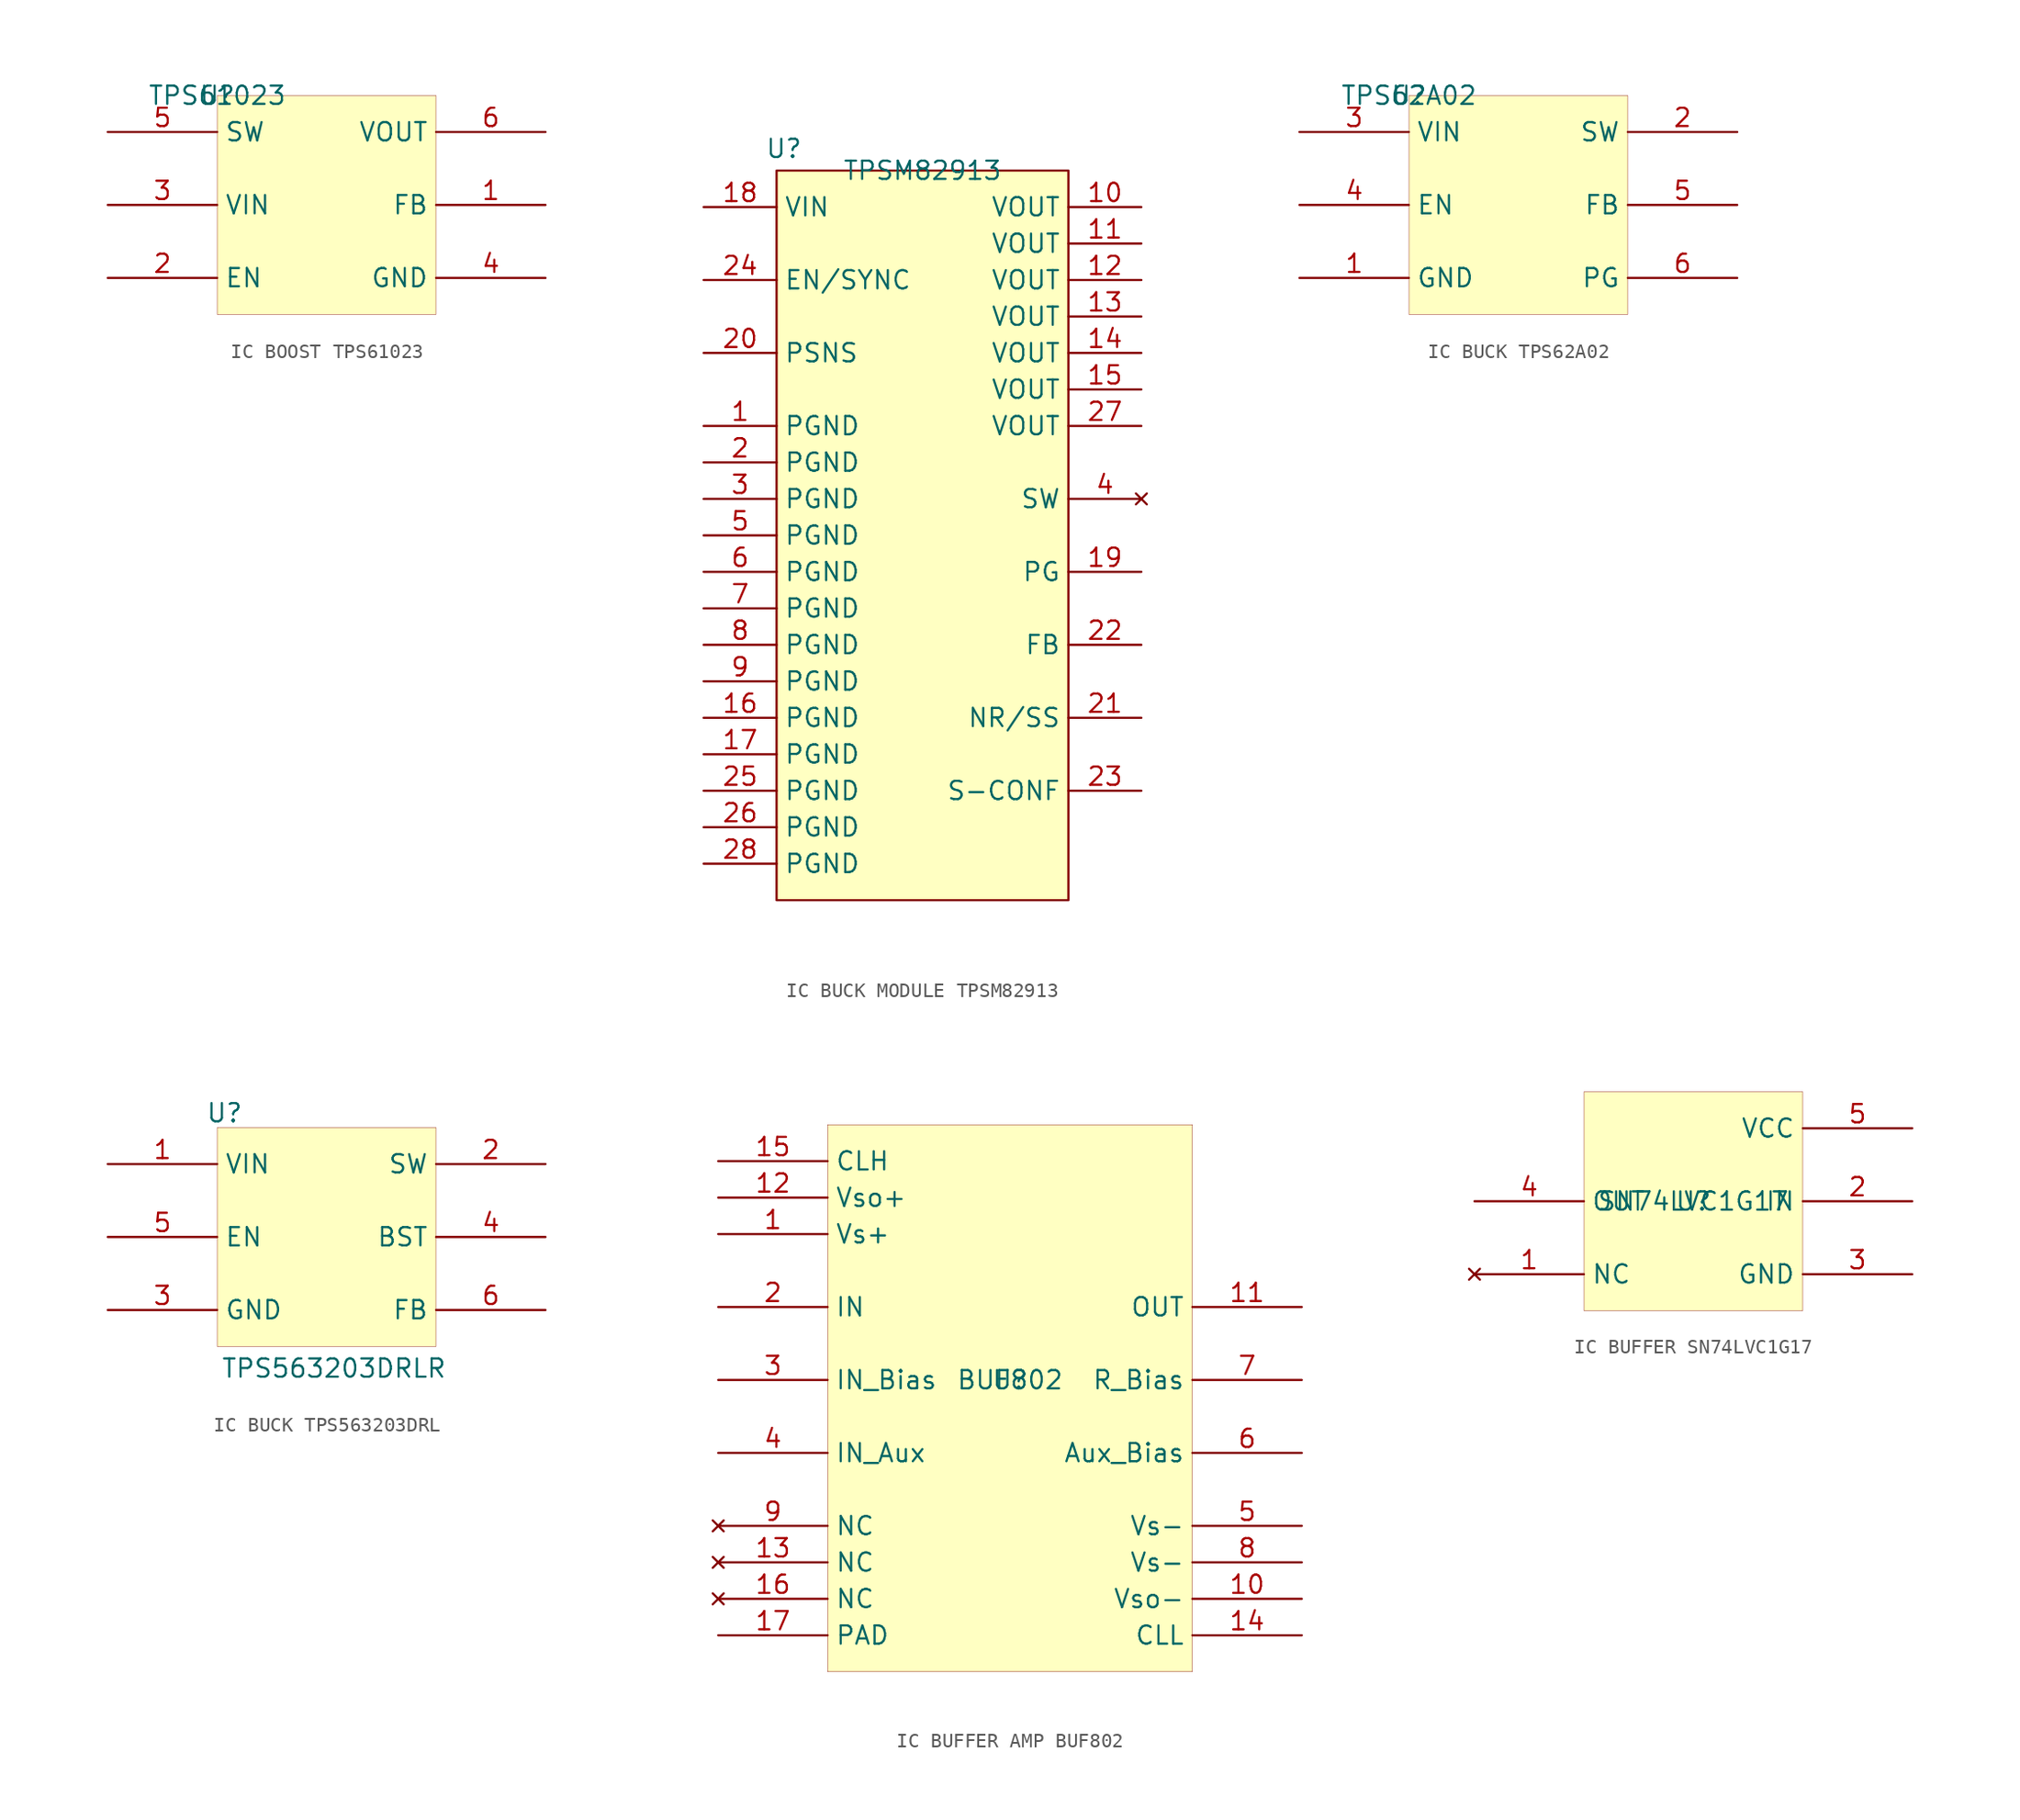
<source format=kicad_sym>
(kicad_symbol_lib
  (version 20241209)
  (generator "kicad_symbol_editor")
  (generator_version "9.0")
  (symbol "IC BOOST TPS61023"
    (property "Reference" "U"
      (at 0 0 0)
      (effects (font (size 1.27 1.27))))
    (property "Value" "TPS61023"
      (at 0 0 0)
      (effects (font (size 1.27 1.27))))
    (symbol "IC BOOST TPS61023_1_0"
      (rectangle (start 15.24 0) (end 0 -15.24) (stroke (width 0.025) (type solid) (color 128 0 0 1)) (fill (type background)))
      (pin power_in line (at -7.62 -2.54 0) (length 7.62) (name "SW" (effects (font (size 1.27 1.27)))) (number "5" (effects (font (size 1.27 1.27)))))
      (pin power_in line (at -7.62 -7.62 0) (length 7.62) (name "VIN" (effects (font (size 1.27 1.27)))) (number "3" (effects (font (size 1.27 1.27)))))
      (pin input line (at -7.62 -12.7 0) (length 7.62) (name "EN" (effects (font (size 1.27 1.27)))) (number "2" (effects (font (size 1.27 1.27)))))
      (pin power_out line (at 22.86 -2.54 180) (length 7.62) (name "VOUT" (effects (font (size 1.27 1.27)))) (number "6" (effects (font (size 1.27 1.27)))))
      (pin passive line (at 22.86 -7.62 180) (length 7.62) (name "FB" (effects (font (size 1.27 1.27)))) (number "1" (effects (font (size 1.27 1.27)))))
      (pin power_in line (at 22.86 -12.7 180) (length 7.62) (name "GND" (effects (font (size 1.27 1.27)))) (number "4" (effects (font (size 1.27 1.27)))))))
  (symbol "IC BUCK MODULE TPSM82913"
    (property "Reference" "U"
      (at -9.652 1.524 0)
      (effects (font (size 1.27 1.27))))
    (property "Value" "TPSM82913"
      (at 0 0 0)
      (effects (font (size 1.27 1.27))))
    (symbol "IC BUCK MODULE TPSM82913_1_1"
      (rectangle (start -10.16 0) (end 10.16 -50.8) (stroke (width 0) (type solid)) (fill (type background)))
      (pin power_in line (at -15.24 -2.54 0) (length 5.08) (name "VIN" (effects (font (size 1.27 1.27)))) (number "18" (effects (font (size 1.27 1.27)))))
      (pin input line (at -15.24 -7.62 0) (length 5.08) (name "EN/SYNC" (effects (font (size 1.27 1.27)))) (number "24" (effects (font (size 1.27 1.27)))))
      (pin input line (at -15.24 -12.7 0) (length 5.08) (name "PSNS" (effects (font (size 1.27 1.27)))) (number "20" (effects (font (size 1.27 1.27)))))
      (pin power_in line (at -15.24 -17.78 0) (length 5.08) (name "PGND" (effects (font (size 1.27 1.27)))) (number "1" (effects (font (size 1.27 1.27)))))
      (pin power_in line (at -15.24 -20.32 0) (length 5.08) (name "PGND" (effects (font (size 1.27 1.27)))) (number "2" (effects (font (size 1.27 1.27)))))
      (pin power_in line (at -15.24 -22.86 0) (length 5.08) (name "PGND" (effects (font (size 1.27 1.27)))) (number "3" (effects (font (size 1.27 1.27)))))
      (pin power_in line (at -15.24 -25.4 0) (length 5.08) (name "PGND" (effects (font (size 1.27 1.27)))) (number "5" (effects (font (size 1.27 1.27)))))
      (pin power_in line (at -15.24 -27.94 0) (length 5.08) (name "PGND" (effects (font (size 1.27 1.27)))) (number "6" (effects (font (size 1.27 1.27)))))
      (pin power_in line (at -15.24 -30.48 0) (length 5.08) (name "PGND" (effects (font (size 1.27 1.27)))) (number "7" (effects (font (size 1.27 1.27)))))
      (pin power_in line (at -15.24 -33.02 0) (length 5.08) (name "PGND" (effects (font (size 1.27 1.27)))) (number "8" (effects (font (size 1.27 1.27)))))
      (pin power_in line (at -15.24 -35.56 0) (length 5.08) (name "PGND" (effects (font (size 1.27 1.27)))) (number "9" (effects (font (size 1.27 1.27)))))
      (pin power_in line (at -15.24 -38.1 0) (length 5.08) (name "PGND" (effects (font (size 1.27 1.27)))) (number "16" (effects (font (size 1.27 1.27)))))
      (pin power_in line (at -15.24 -40.64 0) (length 5.08) (name "PGND" (effects (font (size 1.27 1.27)))) (number "17" (effects (font (size 1.27 1.27)))))
      (pin power_in line (at -15.24 -43.18 0) (length 5.08) (name "PGND" (effects (font (size 1.27 1.27)))) (number "25" (effects (font (size 1.27 1.27)))))
      (pin power_in line (at -15.24 -45.72 0) (length 5.08) (name "PGND" (effects (font (size 1.27 1.27)))) (number "26" (effects (font (size 1.27 1.27)))))
      (pin power_in line (at -15.24 -48.26 0) (length 5.08) (name "PGND" (effects (font (size 1.27 1.27)))) (number "28" (effects (font (size 1.27 1.27)))))
      (pin power_out line (at 15.24 -2.54 180) (length 5.08) (name "VOUT" (effects (font (size 1.27 1.27)))) (number "10" (effects (font (size 1.27 1.27)))))
      (pin power_out line (at 15.24 -5.08 180) (length 5.08) (name "VOUT" (effects (font (size 1.27 1.27)))) (number "11" (effects (font (size 1.27 1.27)))))
      (pin power_out line (at 15.24 -7.62 180) (length 5.08) (name "VOUT" (effects (font (size 1.27 1.27)))) (number "12" (effects (font (size 1.27 1.27)))))
      (pin power_out line (at 15.24 -10.16 180) (length 5.08) (name "VOUT" (effects (font (size 1.27 1.27)))) (number "13" (effects (font (size 1.27 1.27)))))
      (pin power_out line (at 15.24 -12.7 180) (length 5.08) (name "VOUT" (effects (font (size 1.27 1.27)))) (number "14" (effects (font (size 1.27 1.27)))))
      (pin power_out line (at 15.24 -15.24 180) (length 5.08) (name "VOUT" (effects (font (size 1.27 1.27)))) (number "15" (effects (font (size 1.27 1.27)))))
      (pin power_out line (at 15.24 -17.78 180) (length 5.08) (name "VOUT" (effects (font (size 1.27 1.27)))) (number "27" (effects (font (size 1.27 1.27)))))
      (pin no_connect line (at 15.24 -22.86 180) (length 5.08) (name "SW" (effects (font (size 1.27 1.27)))) (number "4" (effects (font (size 1.27 1.27)))))
      (pin output line (at 15.24 -27.94 180) (length 5.08) (name "PG" (effects (font (size 1.27 1.27)))) (number "19" (effects (font (size 1.27 1.27)))))
      (pin input line (at 15.24 -33.02 180) (length 5.08) (name "FB" (effects (font (size 1.27 1.27)))) (number "22" (effects (font (size 1.27 1.27)))))
      (pin output line (at 15.24 -38.1 180) (length 5.08) (name "NR/SS" (effects (font (size 1.27 1.27)))) (number "21" (effects (font (size 1.27 1.27)))))
      (pin output line (at 15.24 -43.18 180) (length 5.08) (name "S-CONF" (effects (font (size 1.27 1.27)))) (number "23" (effects (font (size 1.27 1.27)))))))
  (symbol "IC BUCK TPS62A02"
    (property "Reference" "U"
      (at 0 0 0)
      (effects (font (size 1.27 1.27))))
    (property "Value" "TPS62A02"
      (at 0 0 0)
      (effects (font (size 1.27 1.27))))
    (symbol "IC BUCK TPS62A02_1_0"
      (rectangle (start 15.24 0) (end 0 -15.24) (stroke (width 0.025) (type solid) (color 128 0 0 1)) (fill (type background)))
      (pin power_in line (at -7.62 -2.54 0) (length 7.62) (name "VIN" (effects (font (size 1.27 1.27)))) (number "3" (effects (font (size 1.27 1.27)))))
      (pin input line (at -7.62 -7.62 0) (length 7.62) (name "EN" (effects (font (size 1.27 1.27)))) (number "4" (effects (font (size 1.27 1.27)))))
      (pin power_in line (at -7.62 -12.7 0) (length 7.62) (name "GND" (effects (font (size 1.27 1.27)))) (number "1" (effects (font (size 1.27 1.27)))))
      (pin power_out line (at 22.86 -2.54 180) (length 7.62) (name "SW" (effects (font (size 1.27 1.27)))) (number "2" (effects (font (size 1.27 1.27)))))
      (pin passive line (at 22.86 -7.62 180) (length 7.62) (name "FB" (effects (font (size 1.27 1.27)))) (number "5" (effects (font (size 1.27 1.27)))))
      (pin open_collector line (at 22.86 -12.7 180) (length 7.62) (name "PG" (effects (font (size 1.27 1.27)))) (number "6" (effects (font (size 1.27 1.27)))))))
  (symbol "IC BUCK TPS563203DRL"
    (property "Reference" "U"
      (at 0.508 1.016 0)
      (effects (font (size 1.27 1.27))))
    (property "Value" "TPS563203DRLR"
      (at 8.128 -16.764 0)
      (effects (font (size 1.27 1.27))))
    (symbol "IC BUCK TPS563203DRL_1_0"
      (rectangle (start 15.24 0) (end 0 -15.24) (stroke (width 0.025) (type solid) (color 128 0 0 1)) (fill (type background)))
      (pin power_in line (at -7.62 -2.54 0) (length 7.62) (name "VIN" (effects (font (size 1.27 1.27)))) (number "1" (effects (font (size 1.27 1.27)))))
      (pin input line (at -7.62 -7.62 0) (length 7.62) (name "EN" (effects (font (size 1.27 1.27)))) (number "5" (effects (font (size 1.27 1.27)))))
      (pin power_in line (at -7.62 -12.7 0) (length 7.62) (name "GND" (effects (font (size 1.27 1.27)))) (number "3" (effects (font (size 1.27 1.27)))))
      (pin power_out line (at 22.86 -2.54 180) (length 7.62) (name "SW" (effects (font (size 1.27 1.27)))) (number "2" (effects (font (size 1.27 1.27)))))
      (pin passive line (at 22.86 -7.62 180) (length 7.62) (name "BST" (effects (font (size 1.27 1.27)))) (number "4" (effects (font (size 1.27 1.27)))))
      (pin passive line (at 22.86 -12.7 180) (length 7.62) (name "FB" (effects (font (size 1.27 1.27)))) (number "6" (effects (font (size 1.27 1.27)))))))
  (symbol "IC BUFFER AMP BUF802"
    (property "Reference" "U"
      (at 0 0 0)
      (effects (font (size 1.27 1.27))))
    (property "Value" "BUF802"
      (at 0 0 0)
      (effects (font (size 1.27 1.27))))
    (symbol "IC BUFFER AMP BUF802_1_0"
      (rectangle (start 12.7 17.78) (end -12.7 -20.32) (stroke (width 0.025) (type solid) (color 128 0 0 1)) (fill (type background)))
      (pin power_in line (at -20.32 15.24 0) (length 7.62) (name "CLH" (effects (font (size 1.27 1.27)))) (number "15" (effects (font (size 1.27 1.27)))))
      (pin power_in line (at -20.32 12.7 0) (length 7.62) (name "Vso+" (effects (font (size 1.27 1.27)))) (number "12" (effects (font (size 1.27 1.27)))))
      (pin power_in line (at -20.32 10.16 0) (length 7.62) (name "Vs+" (effects (font (size 1.27 1.27)))) (number "1" (effects (font (size 1.27 1.27)))))
      (pin input line (at -20.32 5.08 0) (length 7.62) (name "IN" (effects (font (size 1.27 1.27)))) (number "2" (effects (font (size 1.27 1.27)))))
      (pin input line (at -20.32 0 0) (length 7.62) (name "IN_Bias" (effects (font (size 1.27 1.27)))) (number "3" (effects (font (size 1.27 1.27)))))
      (pin input line (at -20.32 -5.08 0) (length 7.62) (name "IN_Aux" (effects (font (size 1.27 1.27)))) (number "4" (effects (font (size 1.27 1.27)))))
      (pin no_connect line (at -20.32 -10.16 0) (length 7.62) (name "NC" (effects (font (size 1.27 1.27)))) (number "9" (effects (font (size 1.27 1.27)))))
      (pin no_connect line (at -20.32 -12.7 0) (length 7.62) (name "NC" (effects (font (size 1.27 1.27)))) (number "13" (effects (font (size 1.27 1.27)))))
      (pin no_connect line (at -20.32 -15.24 0) (length 7.62) (name "NC" (effects (font (size 1.27 1.27)))) (number "16" (effects (font (size 1.27 1.27)))))
      (pin power_in line (at -20.32 -17.78 0) (length 7.62) (name "PAD" (effects (font (size 1.27 1.27)))) (number "17" (effects (font (size 1.27 1.27)))))
      (pin output line (at 20.32 5.08 180) (length 7.62) (name "OUT" (effects (font (size 1.27 1.27)))) (number "11" (effects (font (size 1.27 1.27)))))
      (pin input line (at 20.32 0 180) (length 7.62) (name "R_Bias" (effects (font (size 1.27 1.27)))) (number "7" (effects (font (size 1.27 1.27)))))
      (pin input line (at 20.32 -5.08 180) (length 7.62) (name "Aux_Bias" (effects (font (size 1.27 1.27)))) (number "6" (effects (font (size 1.27 1.27)))))
      (pin power_in line (at 20.32 -10.16 180) (length 7.62) (name "Vs-" (effects (font (size 1.27 1.27)))) (number "5" (effects (font (size 1.27 1.27)))))
      (pin power_in line (at 20.32 -12.7 180) (length 7.62) (name "Vs-" (effects (font (size 1.27 1.27)))) (number "8" (effects (font (size 1.27 1.27)))))
      (pin power_in line (at 20.32 -15.24 180) (length 7.62) (name "Vso-" (effects (font (size 1.27 1.27)))) (number "10" (effects (font (size 1.27 1.27)))))
      (pin power_in line (at 20.32 -17.78 180) (length 7.62) (name "CLL" (effects (font (size 1.27 1.27)))) (number "14" (effects (font (size 1.27 1.27)))))))
  (symbol "IC BUFFER SN74LVC1G17"
    (property "Reference" "U"
      (at 0 0 0)
      (effects (font (size 1.27 1.27))))
    (property "Value" "SN74LVC1G17"
      (at 0 0 0)
      (effects (font (size 1.27 1.27))))
    (symbol "IC BUFFER SN74LVC1G17_1_0"
      (rectangle (start 7.62 7.62) (end -7.62 -7.62) (stroke (width 0.025) (type solid) (color 128 0 0 1)) (fill (type background)))
      (pin output line (at -15.24 0 0) (length 7.62) (name "OUT" (effects (font (size 1.27 1.27)))) (number "4" (effects (font (size 1.27 1.27)))))
      (pin no_connect line (at -15.24 -5.08 0) (length 7.62) (name "NC" (effects (font (size 1.27 1.27)))) (number "1" (effects (font (size 1.27 1.27)))))
      (pin power_in line (at 15.24 5.08 180) (length 7.62) (name "VCC" (effects (font (size 1.27 1.27)))) (number "5" (effects (font (size 1.27 1.27)))))
      (pin input line (at 15.24 0 180) (length 7.62) (name "IN" (effects (font (size 1.27 1.27)))) (number "2" (effects (font (size 1.27 1.27)))))
      (pin power_in line (at 15.24 -5.08 180) (length 7.62) (name "GND" (effects (font (size 1.27 1.27)))) (number "3" (effects (font (size 1.27 1.27))))))))
</source>
